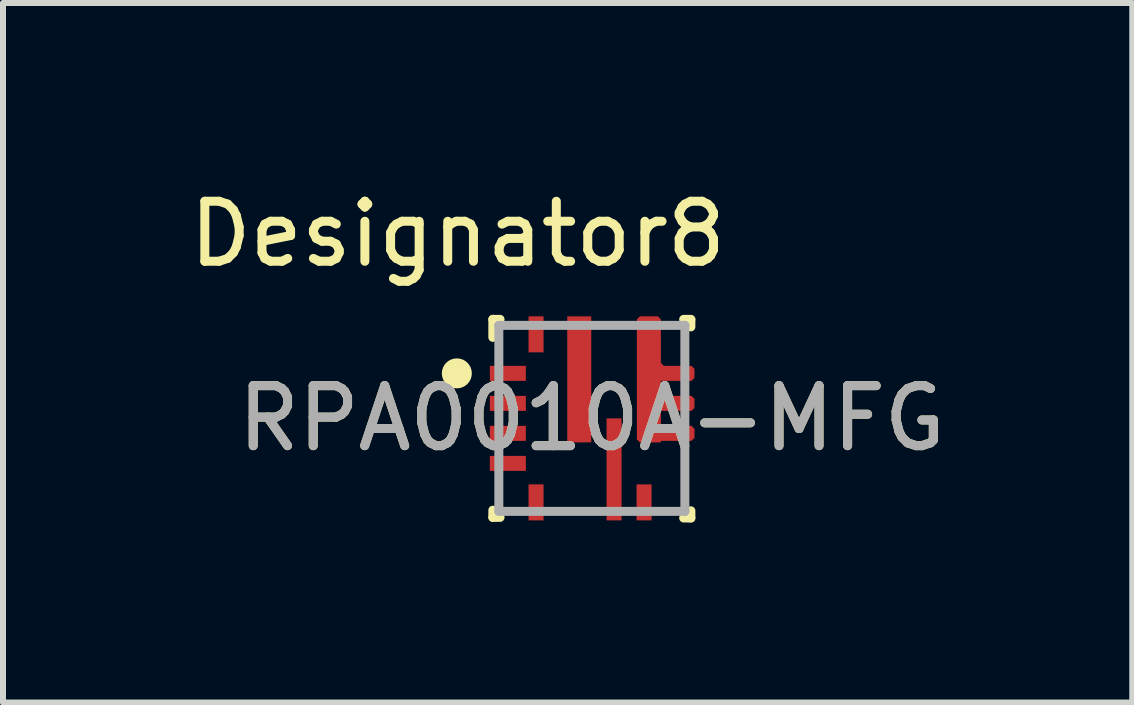
<source format=kicad_pcb>
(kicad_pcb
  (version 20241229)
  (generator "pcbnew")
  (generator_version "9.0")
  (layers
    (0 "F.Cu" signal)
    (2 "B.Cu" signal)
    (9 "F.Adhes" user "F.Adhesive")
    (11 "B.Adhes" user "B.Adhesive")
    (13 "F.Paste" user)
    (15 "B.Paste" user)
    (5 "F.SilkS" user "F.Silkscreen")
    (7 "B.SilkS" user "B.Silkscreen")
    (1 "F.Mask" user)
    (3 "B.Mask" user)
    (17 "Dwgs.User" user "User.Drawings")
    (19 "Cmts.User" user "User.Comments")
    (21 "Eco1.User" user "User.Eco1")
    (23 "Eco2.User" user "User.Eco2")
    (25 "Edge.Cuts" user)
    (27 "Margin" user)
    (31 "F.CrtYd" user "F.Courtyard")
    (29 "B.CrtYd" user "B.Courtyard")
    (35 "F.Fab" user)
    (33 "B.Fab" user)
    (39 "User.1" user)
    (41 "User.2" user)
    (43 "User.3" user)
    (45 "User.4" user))
  (footprint "RPA0010A-MFG"
    (layer "F.Cu")
    (at 6.813 3.922)
    (property "Reference" "RPA0010A-MFG" (at 0 0 0) (unlocked yes) (layer "F.SilkS") (effects (font (size 1 1) (thickness 0.15))))
    (attr smd)
    (fp_poly (pts (xy 0.8 -1.7) (xy 0.75 -1.65) (xy 0.75 0.35) (xy 0.8 0.4) (xy 1.15 0.4) (xy 1.15 0.375) (xy 1.66 0.375) (xy 1.71 0.325) (xy 1.71 0.175) (xy 1.66 0.125) (xy 1.15 0.125) (xy 1.15 -0.125) (xy 1.66 -0.125) (xy 1.71 -0.175) (xy 1.71 -0.325) (xy 1.66 -0.375) (xy 1.15 -0.375) (xy 1.15 -0.625) (xy 1.66 -0.625) (xy 1.71 -0.675) (xy 1.71 -0.825) (xy 1.66 -0.875) (xy 1.2 -0.875) (xy 1.15 -0.925) (xy 1.15 -1.65) (xy 1.1 -1.7)) (stroke (width 0) (type solid)) (fill yes) (layer "F.Cu"))
    (fp_poly (pts (xy 0.8 -1.7) (xy 0.75 -1.65) (xy 0.75 0.35) (xy 0.8 0.4) (xy 1.15 0.4) (xy 1.15 0.375) (xy 1.66 0.375) (xy 1.71 0.325) (xy 1.71 0.175) (xy 1.66 0.125) (xy 1.15 0.125) (xy 1.15 -0.125) (xy 1.66 -0.125) (xy 1.71 -0.175) (xy 1.71 -0.325) (xy 1.66 -0.375) (xy 1.15 -0.375) (xy 1.15 -0.625) (xy 1.66 -0.625) (xy 1.71 -0.675) (xy 1.71 -0.825) (xy 1.66 -0.875) (xy 1.2 -0.875) (xy 1.15 -0.925) (xy 1.15 -1.65) (xy 1.1 -1.7)) (stroke (width 0) (type solid)) (fill yes) (layer "F.Mask"))
    (fp_line (start -1.65 -1.65) (end -1.53 -1.65) (stroke (width 0.15) (type solid)) (layer "F.SilkS"))
    (fp_line (start -1.65 -1.35) (end -1.65 -1.65) (stroke (width 0.15) (type solid)) (layer "F.SilkS"))
    (fp_line (start -1.65 1.65) (end -1.65 1.53) (stroke (width 0.15) (type solid)) (layer "F.SilkS"))
    (fp_line (start -1.65 1.65) (end -1.53 1.65) (stroke (width 0.15) (type solid)) (layer "F.SilkS"))
    (fp_line (start 1.53 -1.65) (end 1.65 -1.65) (stroke (width 0.15) (type solid)) (layer "F.SilkS"))
    (fp_line (start 1.53 1.66) (end 1.65 1.66) (stroke (width 0.15) (type solid)) (layer "F.SilkS"))
    (fp_line (start 1.65 -1.525) (end 1.65 -1.645) (stroke (width 0.15) (type solid)) (layer "F.SilkS"))
    (fp_line (start 1.65 1.66) (end 1.65 1.54) (stroke (width 0.15) (type solid)) (layer "F.SilkS"))
    (fp_circle (center -2.25 -0.75) (end -2.125 -0.75) (stroke (width 0.25) (type solid)) (fill no) (layer "F.SilkS"))
    (fp_poly (pts (xy -0.41 0.345) (xy -0.41 -0.505) (xy -0.36 -0.555) (xy -0.06 -0.555) (xy -0.01 -0.505) (xy -0.01 0.345) (xy -0.06 0.395) (xy -0.36 0.395)) (stroke (width 0) (type solid)) (fill yes) (layer "F.Paste"))
    (fp_poly (pts (xy -0.36 -1.705) (xy -0.06 -1.705) (xy -0.01 -1.655) (xy -0.01 -0.805) (xy -0.06 -0.755) (xy -0.36 -0.755) (xy -0.41 -0.805) (xy -0.41 -1.655)) (stroke (width 0) (type solid)) (fill yes) (layer "F.Paste"))
    (fp_poly (pts (xy 0.245 1.655) (xy 0.245 1.005) (xy 0.295 0.955) (xy 0.445 0.955) (xy 0.495 1.005) (xy 0.495 1.655) (xy 0.445 1.705) (xy 0.295 1.705)) (stroke (width 0) (type solid)) (fill yes) (layer "F.Paste"))
    (fp_poly (pts (xy 0.445 0.005) (xy 0.495 0.055) (xy 0.495 0.705) (xy 0.445 0.755) (xy 0.295 0.755) (xy 0.245 0.705) (xy 0.245 0.055) (xy 0.295 0.005)) (stroke (width 0) (type solid)) (fill yes) (layer "F.Paste"))
    (fp_poly (pts (xy 0.8 -1.7) (xy 0.75 -1.65) (xy 0.75 0.35) (xy 0.8 0.4) (xy 1.15 0.4) (xy 1.15 0.375) (xy 1.66 0.375) (xy 1.71 0.325) (xy 1.71 0.175) (xy 1.66 0.125) (xy 1.15 0.125) (xy 1.15 -0.125) (xy 1.66 -0.125) (xy 1.71 -0.175) (xy 1.71 -0.325) (xy 1.66 -0.375) (xy 1.15 -0.375) (xy 1.15 -0.625) (xy 1.66 -0.625) (xy 1.71 -0.675) (xy 1.71 -0.825) (xy 1.66 -0.875) (xy 1.2 -0.875) (xy 1.15 -0.925) (xy 1.15 -1.65) (xy 1.1 -1.7)) (stroke (width 0) (type solid)) (fill yes) (layer "F.Paste"))
    (fp_line (start -1.55 -1.55) (end 1.55 -1.55) (stroke (width 0.15) (type solid)) (layer "F.Fab"))
    (fp_line (start -1.55 1.55) (end -1.55 -1.55) (stroke (width 0.15) (type solid)) (layer "F.Fab"))
    (fp_line (start -1.55 1.55) (end 1.55 1.55) (stroke (width 0.15) (type solid)) (layer "F.Fab"))
    (fp_line (start 1.55 1.55) (end 1.55 -1.55) (stroke (width 0.15) (type solid)) (layer "F.Fab"))
    (fp_text user "Designator8" (at -2.235 -3.073 0) (unlocked yes) (layer "F.SilkS") (effects (font (size 1 1) (thickness 0.15))))
    (fp_text user "${REFERENCE}" (at 0 0 0) (unlocked yes) (layer "F.Fab") (effects (font (size 1 1) (thickness 0.15))))
    (pad "1" smd rect (at -1.4 -0.75) (size 0.6 0.25) (layers "F.Cu" "F.Mask" "F.Paste"))
    (pad "2" smd rect (at -1.4 -0.25) (size 0.6 0.25) (layers "F.Cu" "F.Mask" "F.Paste"))
    (pad "3" smd rect (at -1.4 0.25) (size 0.6 0.25) (layers "F.Cu" "F.Mask" "F.Paste"))
    (pad "4" smd rect (at -1.4 0.75) (size 0.6 0.25) (layers "F.Cu" "F.Mask" "F.Paste"))
    (pad "5" smd rect (at -0.93 1.4 90) (size 0.6 0.25) (layers "F.Cu" "F.Mask" "F.Paste"))
    (pad "6" smd rect (at 0.37 0.85) (size 0.25 1.7) (layers "F.Cu" "F.Mask"))
    (pad "7" smd rect (at 0.87 1.4 90) (size 0.6 0.25) (layers "F.Cu" "F.Mask" "F.Paste"))
    (pad "8" smd circle (at 0.99 -0.8) (size 0.35 0.35) (layers "F.Cu" "F.Mask" "F.Paste"))
    (pad "9" smd rect (at -0.21 -0.65) (size 0.4 2.1) (layers "F.Cu" "F.Mask"))
    (pad "10" smd rect (at -0.93 -1.4 90) (size 0.6 0.25) (layers "F.Cu" "F.Mask" "F.Paste")))
  (gr_rect
    (start -3 -3)
    (end 15.819 8.657)
    (stroke (width 0.1) (type default))
    (fill no)
    (layer "Edge.Cuts")))
</source>
